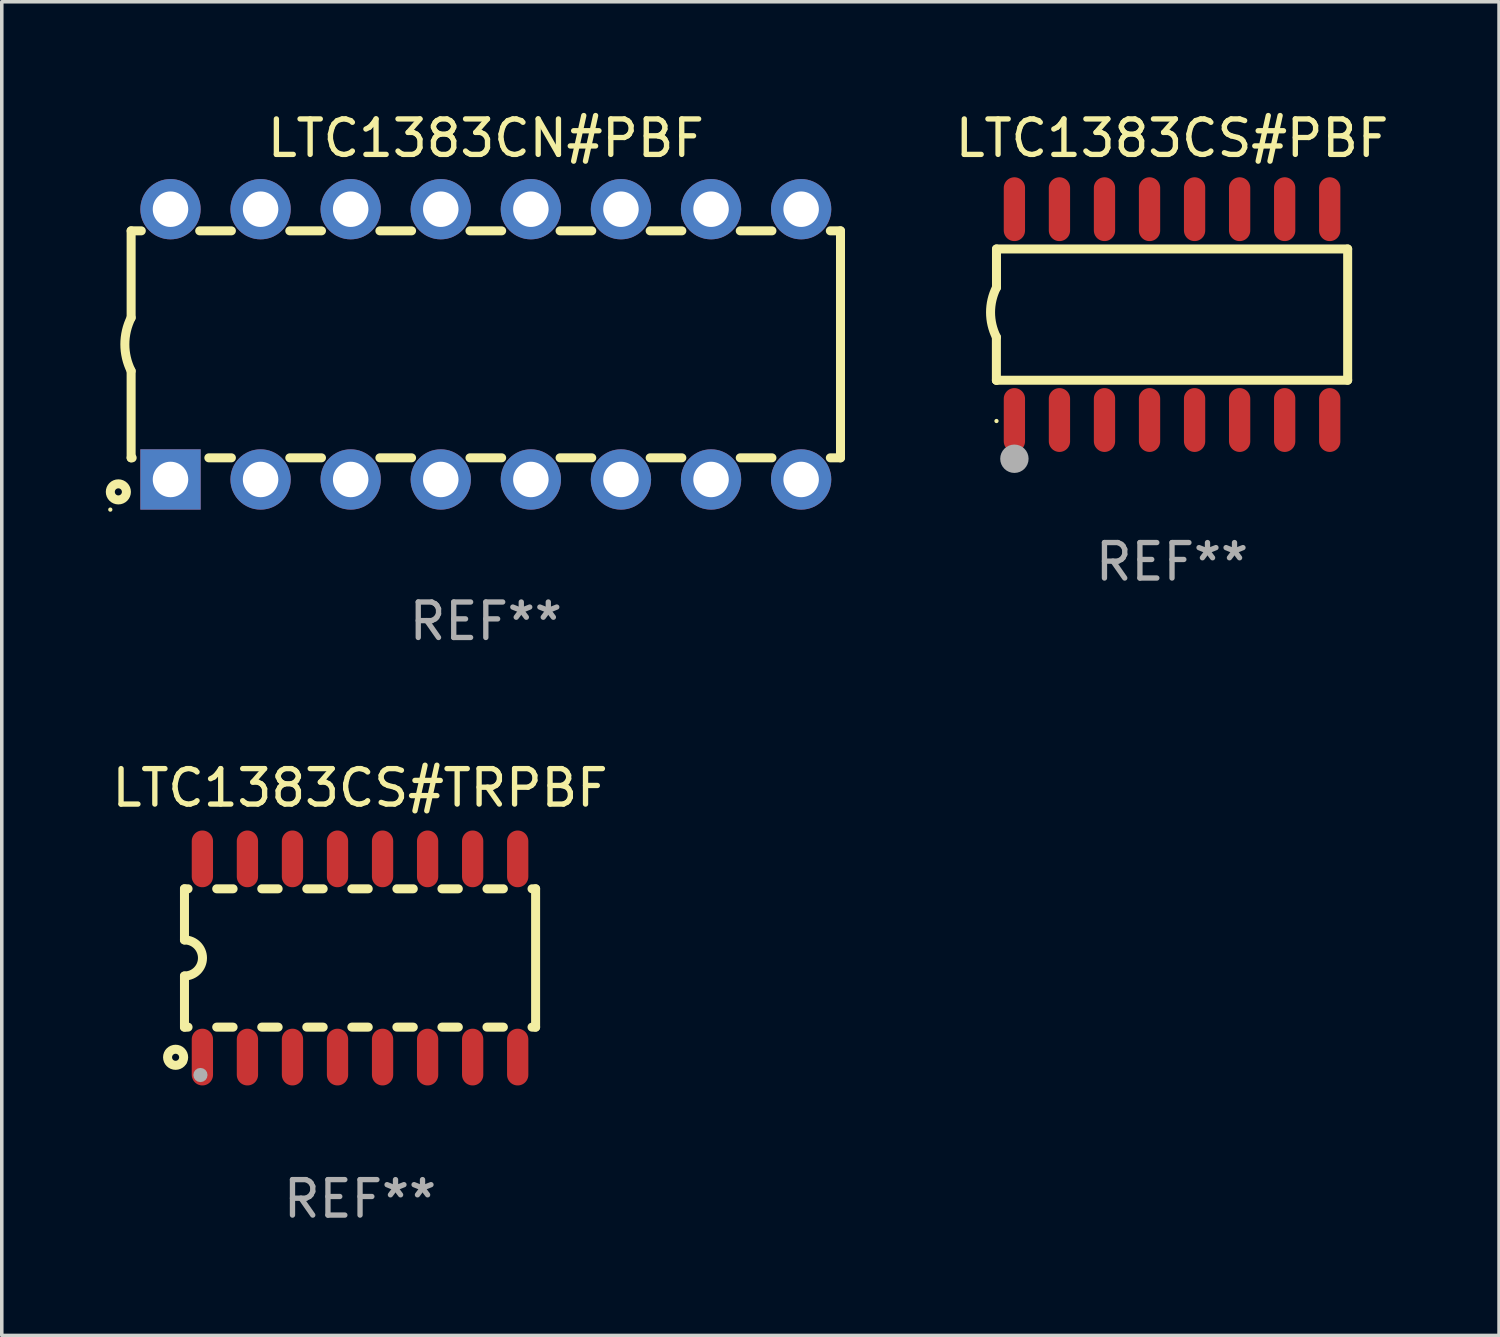
<source format=kicad_pcb>
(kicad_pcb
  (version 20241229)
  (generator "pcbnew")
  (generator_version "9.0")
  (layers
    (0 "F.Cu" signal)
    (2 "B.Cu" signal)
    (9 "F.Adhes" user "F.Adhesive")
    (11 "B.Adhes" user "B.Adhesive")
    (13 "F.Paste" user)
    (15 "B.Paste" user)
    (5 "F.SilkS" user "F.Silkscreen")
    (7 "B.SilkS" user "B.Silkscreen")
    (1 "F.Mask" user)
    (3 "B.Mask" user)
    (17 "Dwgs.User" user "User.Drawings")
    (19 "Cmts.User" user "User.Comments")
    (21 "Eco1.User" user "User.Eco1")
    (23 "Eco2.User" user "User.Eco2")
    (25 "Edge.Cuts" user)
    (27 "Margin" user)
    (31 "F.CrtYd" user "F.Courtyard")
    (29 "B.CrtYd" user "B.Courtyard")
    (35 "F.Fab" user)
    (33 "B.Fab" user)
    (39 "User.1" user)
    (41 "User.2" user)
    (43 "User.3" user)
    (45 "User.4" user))
  (footprint "LTC1383CS#PBF"
    (layer "F.Cu")
    (at 29.994 5.82)
    (property "Reference" "LTC1383CS#PBF" (at 0 -4.972 0) (layer "F.SilkS") (effects (font (size 1 1) (thickness 0.15))))
    (attr through_hole)
    (fp_line (start -4.952 0.635) (end -4.952 1.85) (stroke (width 0.254) (type solid)) (layer "F.SilkS"))
    (fp_line (start -4.952 1.85) (end -4.949 1.85) (stroke (width 0.254) (type solid)) (layer "F.SilkS"))
    (fp_line (start -4.949 -1.85) (end -4.949 -0.762) (stroke (width 0.254) (type solid)) (layer "F.SilkS"))
    (fp_line (start -4.949 1.85) (end 4.952 1.85) (stroke (width 0.254) (type solid)) (layer "F.SilkS"))
    (fp_line (start 4.952 -1.85) (end -4.949 -1.85) (stroke (width 0.254) (type solid)) (layer "F.SilkS"))
    (fp_line (start 4.952 1.85) (end 4.952 -1.85) (stroke (width 0.254) (type solid)) (layer "F.SilkS"))
    (fp_arc (start -4.951524 0.635001) (mid -5.116418 -0.0635) (end -4.951524 -0.762002) (stroke (width 0.254001) (type solid)) (layer "F.SilkS"))
    (fp_circle (center -4.949 3) (end -4.919 3) (stroke (width 0.06) (type solid)) (fill no) (layer "F.SilkS"))
    (fp_circle (center -4.444 4.064) (end -4.244 4.064) (stroke (width 0.4) (type solid)) (fill no) (layer "F.Fab"))
    (fp_text user "REF**" (at 0 6.972 0) (layer "F.Fab") (effects (font (size 1 1) (thickness 0.15))))
    (pad "1" smd oval (at -4.444 2.972 180) (size 0.6 1.8) (layers "F.Cu" "F.Mask" "F.Paste"))
    (pad "2" smd oval (at -3.174 2.972 180) (size 0.6 1.8) (layers "F.Cu" "F.Mask" "F.Paste"))
    (pad "3" smd oval (at -1.904 2.972 180) (size 0.6 1.8) (layers "F.Cu" "F.Mask" "F.Paste"))
    (pad "4" smd oval (at -0.634 2.972 180) (size 0.6 1.8) (layers "F.Cu" "F.Mask" "F.Paste"))
    (pad "5" smd oval (at 0.636 2.972 180) (size 0.6 1.8) (layers "F.Cu" "F.Mask" "F.Paste"))
    (pad "6" smd oval (at 1.906 2.972 180) (size 0.6 1.8) (layers "F.Cu" "F.Mask" "F.Paste"))
    (pad "7" smd oval (at 3.176 2.972 180) (size 0.6 1.8) (layers "F.Cu" "F.Mask" "F.Paste"))
    (pad "8" smd oval (at 4.446 2.972 180) (size 0.6 1.8) (layers "F.Cu" "F.Mask" "F.Paste"))
    (pad "9" smd oval (at 4.446 -2.972 180) (size 0.6 1.8) (layers "F.Cu" "F.Mask" "F.Paste"))
    (pad "10" smd oval (at 3.176 -2.972 180) (size 0.6 1.8) (layers "F.Cu" "F.Mask" "F.Paste"))
    (pad "11" smd oval (at 1.906 -2.972 180) (size 0.6 1.8) (layers "F.Cu" "F.Mask" "F.Paste"))
    (pad "12" smd oval (at 0.636 -2.972 180) (size 0.6 1.8) (layers "F.Cu" "F.Mask" "F.Paste"))
    (pad "13" smd oval (at -0.634 -2.972 180) (size 0.6 1.8) (layers "F.Cu" "F.Mask" "F.Paste"))
    (pad "14" smd oval (at -1.904 -2.972 180) (size 0.6 1.8) (layers "F.Cu" "F.Mask" "F.Paste"))
    (pad "15" smd oval (at -3.174 -2.972 180) (size 0.6 1.8) (layers "F.Cu" "F.Mask" "F.Paste"))
    (pad "16" smd oval (at -4.444 -2.972 180) (size 0.6 1.8) (layers "F.Cu" "F.Mask" "F.Paste")))
  (footprint "LTC1383CN#PBF"
    (layer "F.Cu")
    (at 10.647 6.658)
    (property "Reference" "LTC1383CN#PBF" (at 0 -5.81 0) (layer "F.SilkS") (effects (font (size 1 1) (thickness 0.15))))
    (attr through_hole)
    (fp_line (start -10 -3.2) (end -10 -0.75) (stroke (width 0.254) (type solid)) (layer "F.SilkS"))
    (fp_line (start -10 -3.2) (end -9.713 -3.2) (stroke (width 0.254) (type solid)) (layer "F.SilkS"))
    (fp_line (start -10 3.2) (end -10 0.75) (stroke (width 0.254) (type solid)) (layer "F.SilkS"))
    (fp_line (start -10 3.2) (end -9.971 3.2) (stroke (width 0.254) (type solid)) (layer "F.SilkS"))
    (fp_line (start -8.067 -3.2) (end -7.173 -3.2) (stroke (width 0.254) (type solid)) (layer "F.SilkS"))
    (fp_line (start -7.809 3.2) (end -7.173 3.2) (stroke (width 0.254) (type solid)) (layer "F.SilkS"))
    (fp_line (start -5.527 3.2) (end -4.633 3.2) (stroke (width 0.254) (type solid)) (layer "F.SilkS"))
    (fp_line (start -5.527 -3.2) (end -4.633 -3.2) (stroke (width 0.254) (type solid)) (layer "F.SilkS"))
    (fp_line (start -2.987 3.2) (end -2.093 3.2) (stroke (width 0.254) (type solid)) (layer "F.SilkS"))
    (fp_line (start -2.987 -3.2) (end -2.093 -3.2) (stroke (width 0.254) (type solid)) (layer "F.SilkS"))
    (fp_line (start -0.447 3.2) (end 0.447 3.2) (stroke (width 0.254) (type solid)) (layer "F.SilkS"))
    (fp_line (start -0.447 -3.2) (end 0.447 -3.2) (stroke (width 0.254) (type solid)) (layer "F.SilkS"))
    (fp_line (start 2.093 3.2) (end 2.987 3.2) (stroke (width 0.254) (type solid)) (layer "F.SilkS"))
    (fp_line (start 2.093 -3.2) (end 2.987 -3.2) (stroke (width 0.254) (type solid)) (layer "F.SilkS"))
    (fp_line (start 4.633 3.2) (end 5.527 3.2) (stroke (width 0.254) (type solid)) (layer "F.SilkS"))
    (fp_line (start 4.633 -3.2) (end 5.527 -3.2) (stroke (width 0.254) (type solid)) (layer "F.SilkS"))
    (fp_line (start 7.173 3.2) (end 8.067 3.2) (stroke (width 0.254) (type solid)) (layer "F.SilkS"))
    (fp_line (start 7.173 -3.2) (end 8.067 -3.2) (stroke (width 0.254) (type solid)) (layer "F.SilkS"))
    (fp_line (start 9.713 3.2) (end 10 3.2) (stroke (width 0.254) (type solid)) (layer "F.SilkS"))
    (fp_line (start 9.713 -3.2) (end 10 -3.2) (stroke (width 0.254) (type solid)) (layer "F.SilkS"))
    (fp_line (start 10 -3.2) (end 10 3.2) (stroke (width 0.254) (type solid)) (layer "F.SilkS"))
    (fp_arc (start -10 0.748793) (mid -10.176918 -0.000607) (end -10.000025 -0.750013) (stroke (width 0.254001) (type solid)) (layer "F.SilkS"))
    (fp_circle (center -10.587 4.66) (end -10.557 4.66) (stroke (width 0.06) (type solid)) (fill no) (layer "F.SilkS"))
    (fp_circle (center -10.36 4.16) (end -10.26 4.16) (stroke (width 0.254) (type solid)) (fill no) (layer "F.SilkS"))
    (fp_text user "REF**" (at 0 7.81 0) (layer "F.Fab") (effects (font (size 1 1) (thickness 0.15))))
    (pad "1" thru_hole rect (at -8.89 3.81 90) (size 1.7 1.7) (drill 1) (layers "*.Cu" "*.Mask"))
    (pad "2" thru_hole circle (at -6.35 3.81) (size 1.7 1.7) (drill 1) (layers "*.Cu" "*.Mask"))
    (pad "3" thru_hole circle (at -3.81 3.81) (size 1.7 1.7) (drill 1) (layers "*.Cu" "*.Mask"))
    (pad "4" thru_hole circle (at -1.27 3.81) (size 1.7 1.7) (drill 1) (layers "*.Cu" "*.Mask"))
    (pad "5" thru_hole circle (at 1.27 3.81) (size 1.7 1.7) (drill 1) (layers "*.Cu" "*.Mask"))
    (pad "6" thru_hole circle (at 3.81 3.81) (size 1.7 1.7) (drill 1) (layers "*.Cu" "*.Mask"))
    (pad "7" thru_hole circle (at 6.35 3.81) (size 1.7 1.7) (drill 1) (layers "*.Cu" "*.Mask"))
    (pad "8" thru_hole circle (at 8.89 3.81) (size 1.7 1.7) (drill 1) (layers "*.Cu" "*.Mask"))
    (pad "9" thru_hole circle (at 8.89 -3.81) (size 1.7 1.7) (drill 1) (layers "*.Cu" "*.Mask"))
    (pad "10" thru_hole circle (at 6.35 -3.81) (size 1.7 1.7) (drill 1) (layers "*.Cu" "*.Mask"))
    (pad "11" thru_hole circle (at 3.81 -3.81) (size 1.7 1.7) (drill 1) (layers "*.Cu" "*.Mask"))
    (pad "12" thru_hole circle (at 1.27 -3.81) (size 1.7 1.7) (drill 1) (layers "*.Cu" "*.Mask"))
    (pad "13" thru_hole circle (at -1.27 -3.81) (size 1.7 1.7) (drill 1) (layers "*.Cu" "*.Mask"))
    (pad "14" thru_hole circle (at -3.81 -3.81) (size 1.7 1.7) (drill 1) (layers "*.Cu" "*.Mask"))
    (pad "15" thru_hole circle (at -6.35 -3.81) (size 1.7 1.7) (drill 1) (layers "*.Cu" "*.Mask"))
    (pad "16" thru_hole circle (at -8.89 -3.81) (size 1.7 1.7) (drill 1) (layers "*.Cu" "*.Mask")))
  (footprint "LTC1383CS#TRPBF"
    (layer "F.Cu")
    (at 7.101 23.959)
    (property "Reference" "LTC1383CS#TRPBF" (at 0 -4.794 0) (layer "F.SilkS") (effects (font (size 1 1) (thickness 0.15))))
    (attr through_hole)
    (fp_line (start -4.95 -1.95) (end -4.95 -0.508) (stroke (width 0.254) (type solid)) (layer "F.SilkS"))
    (fp_line (start -4.95 -1.95) (end -4.849 -1.95) (stroke (width 0.254) (type solid)) (layer "F.SilkS"))
    (fp_line (start -4.95 1.95) (end -4.95 0.508) (stroke (width 0.254) (type solid)) (layer "F.SilkS"))
    (fp_line (start -4.95 1.95) (end -4.849 1.95) (stroke (width 0.254) (type solid)) (layer "F.SilkS"))
    (fp_line (start -4.041 -1.95) (end -3.579 -1.95) (stroke (width 0.254) (type solid)) (layer "F.SilkS"))
    (fp_line (start -4.041 1.95) (end -3.579 1.95) (stroke (width 0.254) (type solid)) (layer "F.SilkS"))
    (fp_line (start -2.771 -1.95) (end -2.309 -1.95) (stroke (width 0.254) (type solid)) (layer "F.SilkS"))
    (fp_line (start -2.771 1.95) (end -2.309 1.95) (stroke (width 0.254) (type solid)) (layer "F.SilkS"))
    (fp_line (start -1.501 -1.95) (end -1.039 -1.95) (stroke (width 0.254) (type solid)) (layer "F.SilkS"))
    (fp_line (start -1.501 1.95) (end -1.039 1.95) (stroke (width 0.254) (type solid)) (layer "F.SilkS"))
    (fp_line (start -0.231 -1.95) (end 0.231 -1.95) (stroke (width 0.254) (type solid)) (layer "F.SilkS"))
    (fp_line (start -0.231 1.95) (end 0.231 1.95) (stroke (width 0.254) (type solid)) (layer "F.SilkS"))
    (fp_line (start 1.039 -1.95) (end 1.501 -1.95) (stroke (width 0.254) (type solid)) (layer "F.SilkS"))
    (fp_line (start 1.039 1.95) (end 1.501 1.95) (stroke (width 0.254) (type solid)) (layer "F.SilkS"))
    (fp_line (start 2.309 -1.95) (end 2.771 -1.95) (stroke (width 0.254) (type solid)) (layer "F.SilkS"))
    (fp_line (start 2.309 1.95) (end 2.771 1.95) (stroke (width 0.254) (type solid)) (layer "F.SilkS"))
    (fp_line (start 3.579 -1.95) (end 4.041 -1.95) (stroke (width 0.254) (type solid)) (layer "F.SilkS"))
    (fp_line (start 3.579 1.95) (end 4.041 1.95) (stroke (width 0.254) (type solid)) (layer "F.SilkS"))
    (fp_line (start 4.849 -1.95) (end 4.95 -1.95) (stroke (width 0.254) (type solid)) (layer "F.SilkS"))
    (fp_line (start 4.849 1.95) (end 4.95 1.95) (stroke (width 0.254) (type solid)) (layer "F.SilkS"))
    (fp_line (start 4.95 -1.95) (end 4.95 1.95) (stroke (width 0.254) (type solid)) (layer "F.SilkS"))
    (fp_arc (start -4.95047 -0.508001) (mid -4.442469 -0.000228) (end -4.950013 0.508001) (stroke (width 0.254001) (type solid)) (layer "F.SilkS"))
    (fp_circle (center -5.2 2.8) (end -5.1 2.8) (stroke (width 0.254) (type solid)) (fill no) (layer "F.SilkS"))
    (fp_circle (center -4.95 2.947) (end -4.92 2.947) (stroke (width 0.06) (type solid)) (fill no) (layer "F.SilkS"))
    (fp_circle (center -4.5 3.3) (end -4.4 3.3) (stroke (width 0.2) (type solid)) (fill no) (layer "F.Fab"))
    (fp_text user "REF**" (at 0 6.794 0) (layer "F.Fab") (effects (font (size 1 1) (thickness 0.15))))
    (pad "1" smd oval (at -4.445 2.794) (size 0.6 1.6) (layers "F.Cu" "F.Mask" "F.Paste"))
    (pad "2" smd oval (at -3.175 2.794) (size 0.6 1.6) (layers "F.Cu" "F.Mask" "F.Paste"))
    (pad "3" smd oval (at -1.905 2.794) (size 0.6 1.6) (layers "F.Cu" "F.Mask" "F.Paste"))
    (pad "4" smd oval (at -0.635 2.794) (size 0.6 1.6) (layers "F.Cu" "F.Mask" "F.Paste"))
    (pad "5" smd oval (at 0.635 2.794) (size 0.6 1.6) (layers "F.Cu" "F.Mask" "F.Paste"))
    (pad "6" smd oval (at 1.905 2.794) (size 0.6 1.6) (layers "F.Cu" "F.Mask" "F.Paste"))
    (pad "7" smd oval (at 3.175 2.794) (size 0.6 1.6) (layers "F.Cu" "F.Mask" "F.Paste"))
    (pad "8" smd oval (at 4.445 2.794) (size 0.6 1.6) (layers "F.Cu" "F.Mask" "F.Paste"))
    (pad "9" smd oval (at 4.445 -2.794) (size 0.6 1.6) (layers "F.Cu" "F.Mask" "F.Paste"))
    (pad "10" smd oval (at 3.175 -2.794) (size 0.6 1.6) (layers "F.Cu" "F.Mask" "F.Paste"))
    (pad "11" smd oval (at 1.905 -2.794) (size 0.6 1.6) (layers "F.Cu" "F.Mask" "F.Paste"))
    (pad "12" smd oval (at 0.635 -2.794) (size 0.6 1.6) (layers "F.Cu" "F.Mask" "F.Paste"))
    (pad "13" smd oval (at -0.635 -2.794) (size 0.6 1.6) (layers "F.Cu" "F.Mask" "F.Paste"))
    (pad "14" smd oval (at -1.905 -2.794) (size 0.6 1.6) (layers "F.Cu" "F.Mask" "F.Paste"))
    (pad "15" smd oval (at -3.175 -2.794) (size 0.6 1.6) (layers "F.Cu" "F.Mask" "F.Paste"))
    (pad "16" smd oval (at -4.445 -2.794) (size 0.6 1.6) (layers "F.Cu" "F.Mask" "F.Paste")))
  (gr_rect
    (start -3 -3)
    (end 39.214 34.601)
    (stroke (width 0.1) (type default))
    (fill no)
    (layer "Edge.Cuts")))
</source>
